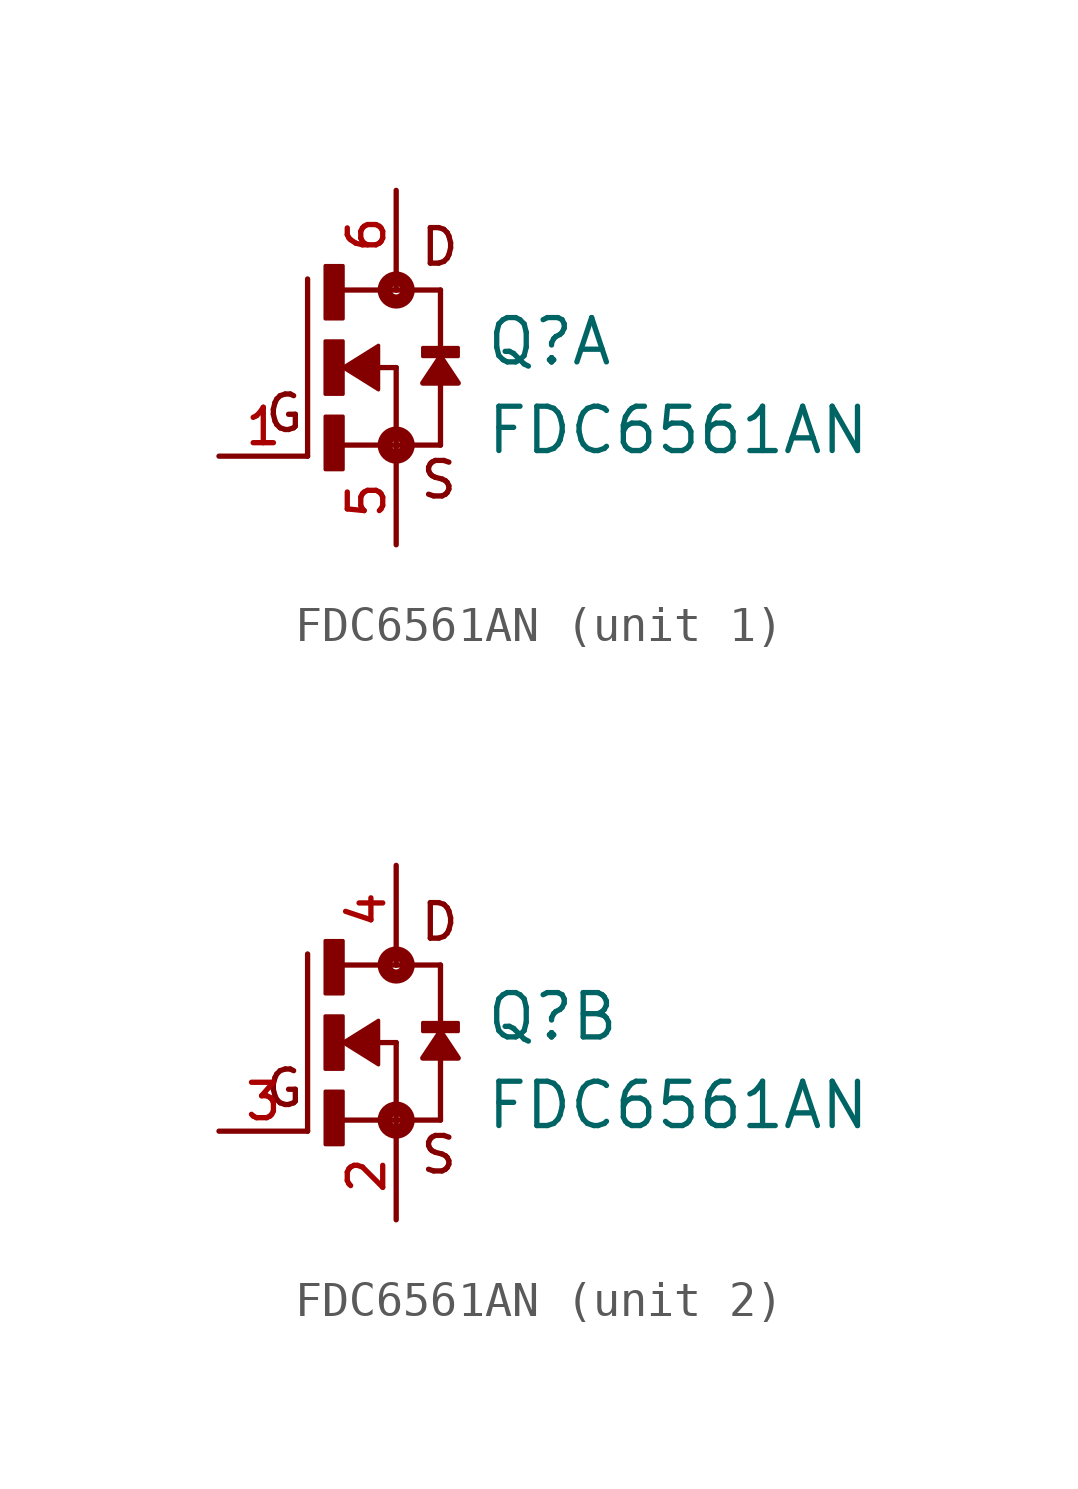
<source format=kicad_sym>
(kicad_symbol_lib
  (version 20211014)
  (generator kicad_symbol_editor)
  (symbol "FDC6561AN"
    (pin_names
      (offset 1.016))
    (property "Reference" "Q"
      (at 2.54 0.0 0)
      (effects (font (size 1.27 1.27)) (justify bottom left)))
    (property "Value" "FDC6561AN"
      (at 2.542 -2.542 0)
      (effects (font (size 1.27 1.27)) (justify bottom left)))
    (symbol "FDC6561AN_1_0"
      (polyline (pts (xy -0.508 0.0) (xy 0.0 0.0)) (stroke (width 0.152)))
      (polyline (pts (xy -1.587 -2.223) (xy 0.0 -2.223)) (stroke (width 0.152)))
      (polyline (pts (xy -2.54 -2.54) (xy -2.54 2.54)) (stroke (width 0.152)))
      (polyline (pts (xy 0.0 0.0) (xy 0.0 -2.223)) (stroke (width 0.152)))
      (polyline (pts (xy 1.27 -2.223) (xy 0.0 -2.223)) (stroke (width 0.152)))
      (polyline (pts (xy -1.587 2.223) (xy 0.0 2.223)) (stroke (width 0.152)))
      (polyline (pts (xy 0.0 2.223) (xy 1.27 2.223)) (stroke (width 0.152)))
      (polyline (pts (xy 0.0 -2.223) (xy 0.0 -2.54)) (stroke (width 0.152)))
      (polyline (pts (xy 1.27 2.223) (xy 1.27 -2.223)) (stroke (width 0.152)))
      (polyline (pts (xy 0.0 2.54) (xy 0.0 2.223)) (stroke (width 0.152)))
      (circle (center 0.0 -2.223) (radius 0.127) (stroke (width 0.406)) (fill (type none)))
      (circle (center 0.0 2.223) (radius 0.127) (stroke (width 0.406)) (fill (type none)))
      (text "D" (at 0.636 2.862 0) (effects (font (size 1.018 1.018)) (justify bottom left)))
      (text "S" (at 0.635 -3.812 0) (effects (font (size 1.017 1.017)) (justify bottom left)))
      (text "G" (at -3.816 -1.908 0) (effects (font (size 1.018 1.018)) (justify bottom left)))
      (rectangle (start -2.035 1.399) (end -1.524 2.921) (stroke (width 0.1)) (fill (type outline)))
      (rectangle (start -2.036 -0.763) (end -1.524 0.762) (stroke (width 0.1)) (fill (type outline)))
      (rectangle (start -2.034 -2.924) (end -1.524 -1.397) (stroke (width 0.1)) (fill (type outline)))
      (rectangle (start 0.762 0.318) (end 1.778 0.572) (stroke (width 0.1)) (fill (type outline)))
      (polyline (pts (xy -1.524 0.0) (xy -0.508 0.635) (xy -0.508 -0.635) (xy -1.524 0.0)) (stroke (width 0.102)) (fill (type outline)))
      (polyline (pts (xy 1.27 0.318) (xy 0.762 -0.445) (xy 1.778 -0.445) (xy 1.27 0.318)) (stroke (width 0.152)) (fill (type outline)))
      (pin passive line (at 0.0 5.08 270.0) (length 2.54) (name "~" (effects (font (size 1.016 1.016)))) (number "6" (effects (font (size 1.016 1.016)))))
      (pin passive line (at 0.0 -5.08 90.0) (length 2.54) (name "~" (effects (font (size 1.016 1.016)))) (number "5" (effects (font (size 1.016 1.016)))))
      (pin passive line (at -5.08 -2.54 0) (length 2.54) (name "~" (effects (font (size 1.016 1.016)))) (number "1" (effects (font (size 1.016 1.016))))))
    (symbol "FDC6561AN_2_0"
      (polyline (pts (xy -0.508 0.0) (xy 0.0 0.0)) (stroke (width 0.152)))
      (polyline (pts (xy -1.587 -2.223) (xy 0.0 -2.223)) (stroke (width 0.152)))
      (polyline (pts (xy -2.54 -2.54) (xy -2.54 2.54)) (stroke (width 0.152)))
      (polyline (pts (xy 0.0 0.0) (xy 0.0 -2.223)) (stroke (width 0.152)))
      (polyline (pts (xy 1.27 -2.223) (xy 0.0 -2.223)) (stroke (width 0.152)))
      (polyline (pts (xy -1.587 2.223) (xy 0.0 2.223)) (stroke (width 0.152)))
      (polyline (pts (xy 0.0 2.223) (xy 1.27 2.223)) (stroke (width 0.152)))
      (polyline (pts (xy 0.0 -2.223) (xy 0.0 -2.54)) (stroke (width 0.152)))
      (polyline (pts (xy 1.27 2.223) (xy 1.27 -2.223)) (stroke (width 0.152)))
      (polyline (pts (xy 0.0 2.54) (xy 0.0 2.223)) (stroke (width 0.152)))
      (circle (center 0.0 -2.223) (radius 0.127) (stroke (width 0.406)) (fill (type none)))
      (circle (center 0.0 2.223) (radius 0.127) (stroke (width 0.406)) (fill (type none)))
      (text "D" (at 0.636 2.862 0) (effects (font (size 1.018 1.018)) (justify bottom left)))
      (text "S" (at 0.635 -3.812 0) (effects (font (size 1.017 1.017)) (justify bottom left)))
      (text "G" (at -3.816 -1.908 0) (effects (font (size 1.018 1.018)) (justify bottom left)))
      (rectangle (start -2.035 1.399) (end -1.524 2.921) (stroke (width 0.1)) (fill (type outline)))
      (rectangle (start -2.036 -0.763) (end -1.524 0.762) (stroke (width 0.1)) (fill (type outline)))
      (rectangle (start -2.034 -2.924) (end -1.524 -1.397) (stroke (width 0.1)) (fill (type outline)))
      (rectangle (start 0.762 0.318) (end 1.778 0.572) (stroke (width 0.1)) (fill (type outline)))
      (polyline (pts (xy -1.524 0.0) (xy -0.508 0.635) (xy -0.508 -0.635) (xy -1.524 0.0)) (stroke (width 0.102)) (fill (type outline)))
      (polyline (pts (xy 1.27 0.318) (xy 0.762 -0.445) (xy 1.778 -0.445) (xy 1.27 0.318)) (stroke (width 0.152)) (fill (type outline)))
      (pin passive line (at 0.0 5.08 270.0) (length 2.54) (name "~" (effects (font (size 1.016 1.016)))) (number "4" (effects (font (size 1.016 1.016)))))
      (pin passive line (at 0.0 -5.08 90.0) (length 2.54) (name "~" (effects (font (size 1.016 1.016)))) (number "2" (effects (font (size 1.016 1.016)))))
      (pin passive line (at -5.08 -2.54 0) (length 2.54) (name "~" (effects (font (size 1.016 1.016)))) (number "3" (effects (font (size 1.016 1.016))))))))
</source>
